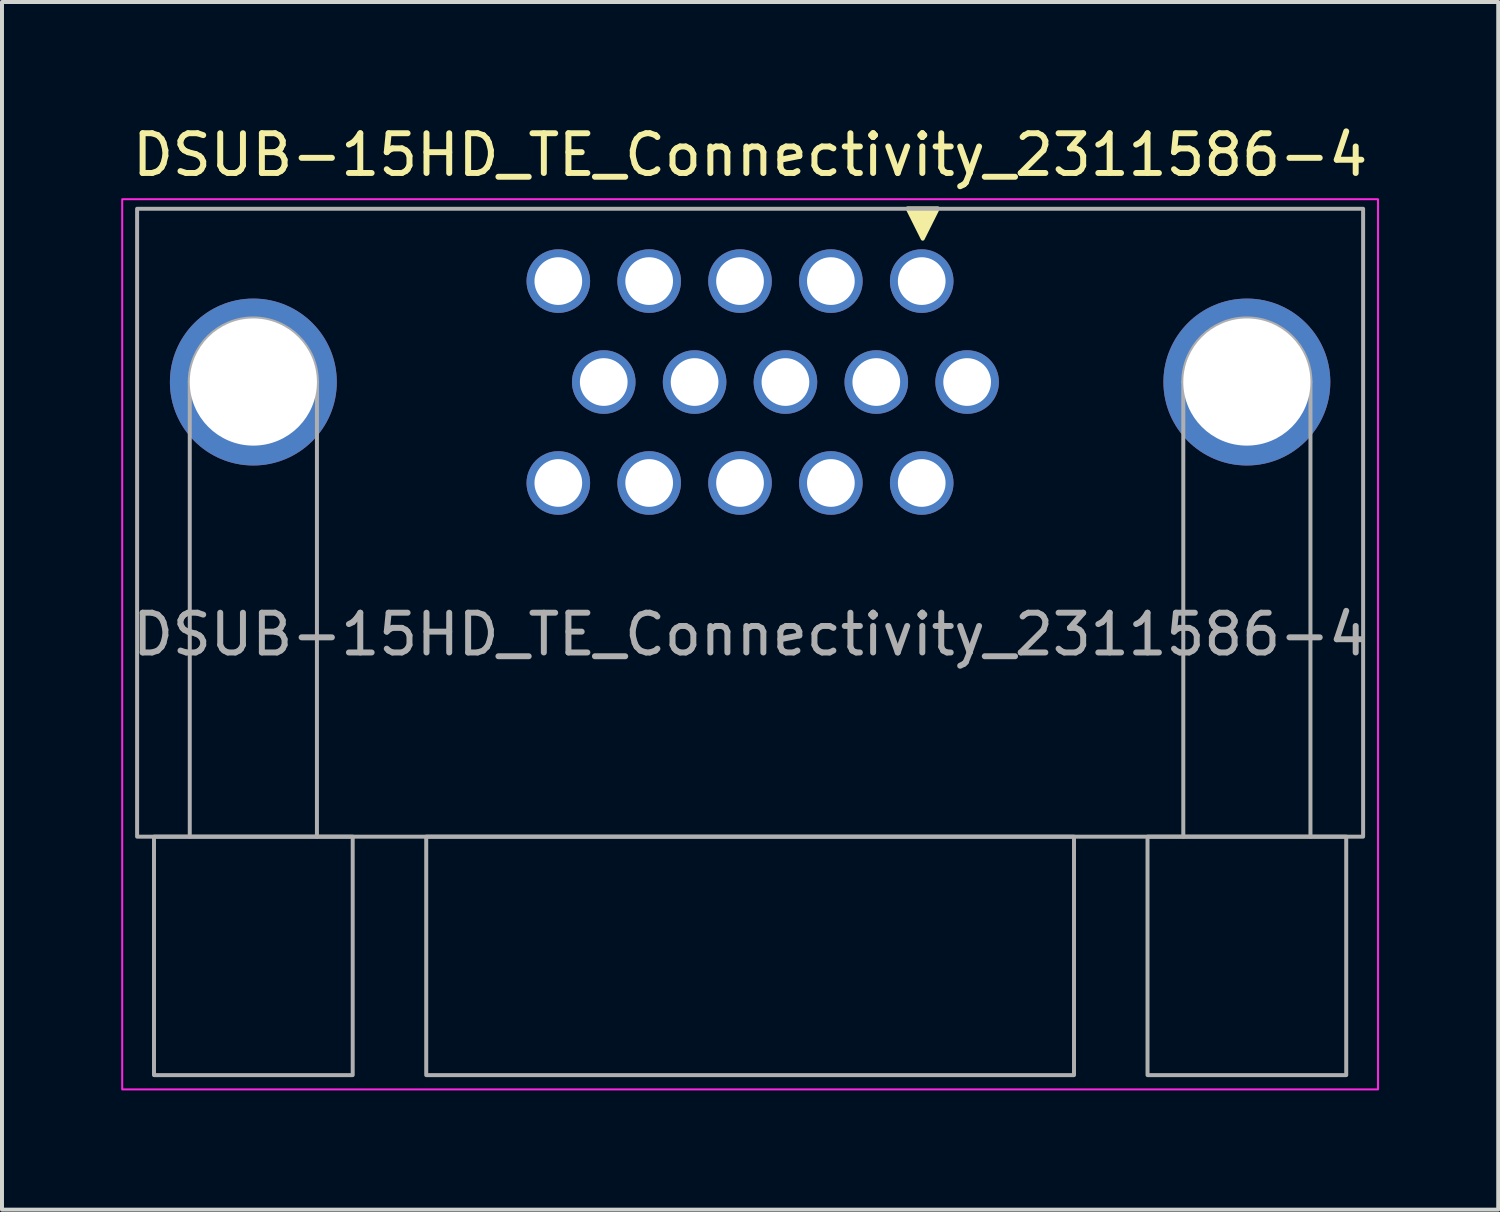
<source format=kicad_pcb>
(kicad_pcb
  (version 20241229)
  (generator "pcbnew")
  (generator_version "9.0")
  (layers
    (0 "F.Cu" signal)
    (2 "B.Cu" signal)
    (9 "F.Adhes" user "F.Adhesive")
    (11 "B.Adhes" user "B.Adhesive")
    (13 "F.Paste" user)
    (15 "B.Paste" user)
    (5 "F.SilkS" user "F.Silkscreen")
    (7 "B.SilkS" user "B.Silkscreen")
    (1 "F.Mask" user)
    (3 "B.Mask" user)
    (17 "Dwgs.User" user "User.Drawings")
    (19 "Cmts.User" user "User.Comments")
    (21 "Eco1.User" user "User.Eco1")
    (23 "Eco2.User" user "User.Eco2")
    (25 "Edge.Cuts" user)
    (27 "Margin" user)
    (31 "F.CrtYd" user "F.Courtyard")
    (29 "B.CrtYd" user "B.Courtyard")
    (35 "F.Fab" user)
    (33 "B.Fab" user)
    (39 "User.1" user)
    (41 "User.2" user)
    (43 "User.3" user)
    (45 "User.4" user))
  (footprint "DSUB-15HD_TE_Connectivity_2311586-4"
    (layer "F.Cu")
    (at 15.571 6.563)
    (property "Reference" "DSUB-15HD_TE_Connectivity_2311586-4" (at 0.254 -5.715 0) (layer "F.SilkS") (effects (font (size 1 1) (thickness 0.15))))
    (attr through_hole)
    (fp_poly (pts (xy 4.597 -3.607) (xy 4.216 -4.369) (xy 4.978 -4.369)) (stroke (width 0.1) (type solid)) (fill yes) (layer "F.SilkS"))
    (fp_rect (start -15.546 -4.6) (end 16.054 17.8) (stroke (width 0.05) (type default)) (fill no) (layer "F.CrtYd"))
    (fp_line (start -13.846 11.44) (end -13.846 0) (stroke (width 0.1) (type solid)) (layer "F.Fab"))
    (fp_line (start -10.646 11.44) (end -10.646 0) (stroke (width 0.1) (type solid)) (layer "F.Fab"))
    (fp_line (start 11.154 11.44) (end 11.154 0) (stroke (width 0.1) (type solid)) (layer "F.Fab"))
    (fp_line (start 14.354 11.44) (end 14.354 0) (stroke (width 0.1) (type solid)) (layer "F.Fab"))
    (fp_rect (start -15.171 -4.36) (end 15.679 11.44) (stroke (width 0.1) (type default)) (fill no) (layer "F.Fab"))
    (fp_rect (start -14.746 11.44) (end -9.746 17.44) (stroke (width 0.1) (type default)) (fill no) (layer "F.Fab"))
    (fp_rect (start -7.896 11.44) (end 8.404 17.44) (stroke (width 0.1) (type default)) (fill no) (layer "F.Fab"))
    (fp_rect (start 10.254 11.44) (end 15.254 17.44) (stroke (width 0.1) (type default)) (fill no) (layer "F.Fab"))
    (fp_arc (start -13.846 0) (mid -12.246 -1.6) (end -10.646 0) (stroke (width 0.1) (type solid)) (layer "F.Fab"))
    (fp_arc (start 11.154 0) (mid 12.754 -1.6) (end 14.354 0) (stroke (width 0.1) (type solid)) (layer "F.Fab"))
    (fp_text user "${REFERENCE}" (at 0.254 6.35 0) (layer "F.Fab") (effects (font (size 1 1) (thickness 0.15))))
    (pad "0" thru_hole circle (at -12.246 0) (size 4.2 4.2) (drill 3.2) (layers "*.Cu" "*.Mask"))
    (pad "0" thru_hole circle (at 12.754 0) (size 4.2 4.2) (drill 3.2) (layers "*.Cu" "*.Mask"))
    (pad "1" thru_hole circle (at 4.572 -2.54) (size 1.6 1.6) (drill 1.2) (layers "*.Cu" "*.Mask"))
    (pad "2" thru_hole circle (at 2.286 -2.54) (size 1.6 1.6) (drill 1.2) (layers "*.Cu" "*.Mask"))
    (pad "3" thru_hole circle (at 0 -2.54) (size 1.6 1.6) (drill 1.2) (layers "*.Cu" "*.Mask"))
    (pad "4" thru_hole circle (at -2.286 -2.54) (size 1.6 1.6) (drill 1.2) (layers "*.Cu" "*.Mask"))
    (pad "5" thru_hole circle (at -4.572 -2.54) (size 1.6 1.6) (drill 1.2) (layers "*.Cu" "*.Mask"))
    (pad "6" thru_hole circle (at 5.715 0) (size 1.6 1.6) (drill 1.2) (layers "*.Cu" "*.Mask"))
    (pad "7" thru_hole circle (at 3.429 0) (size 1.6 1.6) (drill 1.2) (layers "*.Cu" "*.Mask"))
    (pad "8" thru_hole circle (at 1.143 0) (size 1.6 1.6) (drill 1.2) (layers "*.Cu" "*.Mask"))
    (pad "9" thru_hole circle (at -1.143 0) (size 1.6 1.6) (drill 1.2) (layers "*.Cu" "*.Mask"))
    (pad "10" thru_hole circle (at -3.429 0) (size 1.6 1.6) (drill 1.2) (layers "*.Cu" "*.Mask"))
    (pad "11" thru_hole circle (at 4.572 2.54) (size 1.6 1.6) (drill 1.2) (layers "*.Cu" "*.Mask"))
    (pad "12" thru_hole circle (at 2.286 2.54) (size 1.6 1.6) (drill 1.2) (layers "*.Cu" "*.Mask"))
    (pad "13" thru_hole circle (at 0 2.54) (size 1.6 1.6) (drill 1.2) (layers "*.Cu" "*.Mask"))
    (pad "14" thru_hole circle (at -2.286 2.54) (size 1.6 1.6) (drill 1.2) (layers "*.Cu" "*.Mask"))
    (pad "15" thru_hole circle (at -4.572 2.54) (size 1.6 1.6) (drill 1.2) (layers "*.Cu" "*.Mask")))
  (gr_rect
    (start -3 -3)
    (end 34.65 27.388)
    (stroke (width 0.1) (type default))
    (fill no)
    (layer "Edge.Cuts")))
</source>
